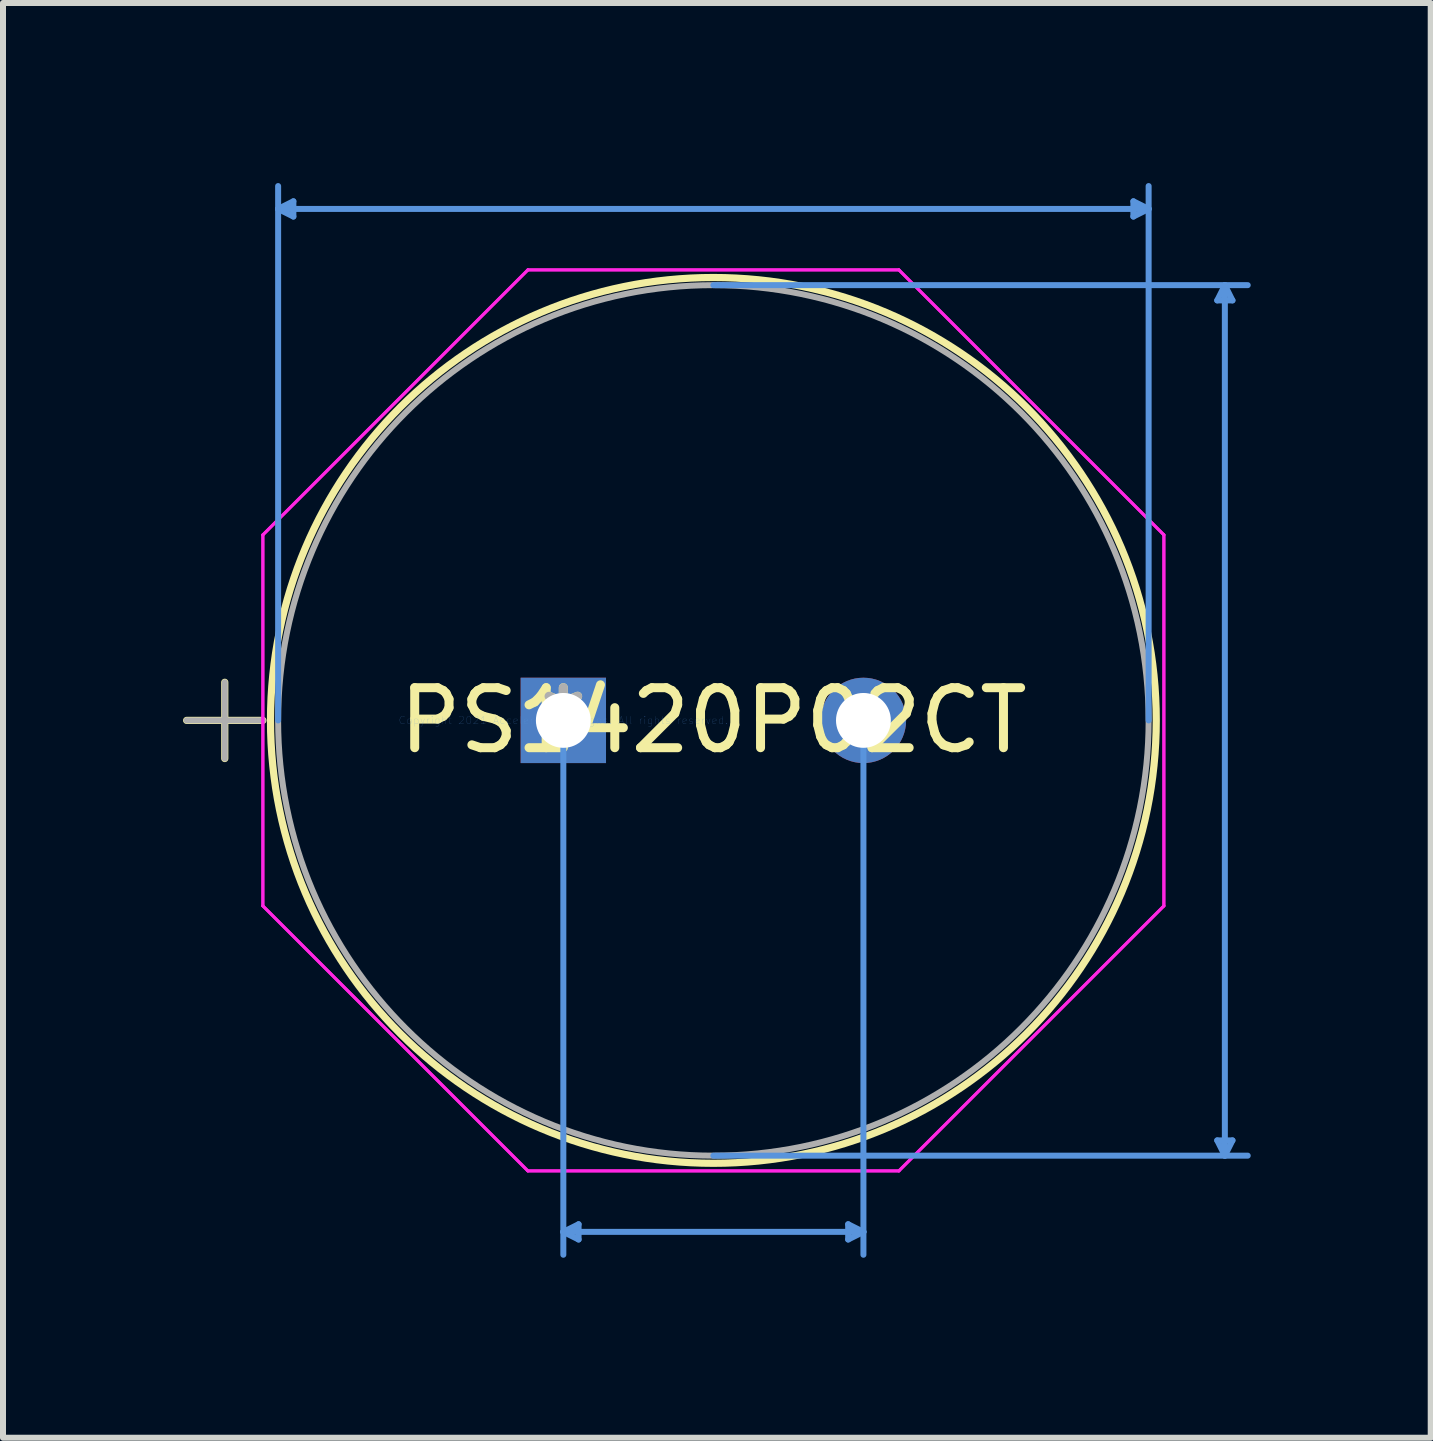
<source format=kicad_pcb>
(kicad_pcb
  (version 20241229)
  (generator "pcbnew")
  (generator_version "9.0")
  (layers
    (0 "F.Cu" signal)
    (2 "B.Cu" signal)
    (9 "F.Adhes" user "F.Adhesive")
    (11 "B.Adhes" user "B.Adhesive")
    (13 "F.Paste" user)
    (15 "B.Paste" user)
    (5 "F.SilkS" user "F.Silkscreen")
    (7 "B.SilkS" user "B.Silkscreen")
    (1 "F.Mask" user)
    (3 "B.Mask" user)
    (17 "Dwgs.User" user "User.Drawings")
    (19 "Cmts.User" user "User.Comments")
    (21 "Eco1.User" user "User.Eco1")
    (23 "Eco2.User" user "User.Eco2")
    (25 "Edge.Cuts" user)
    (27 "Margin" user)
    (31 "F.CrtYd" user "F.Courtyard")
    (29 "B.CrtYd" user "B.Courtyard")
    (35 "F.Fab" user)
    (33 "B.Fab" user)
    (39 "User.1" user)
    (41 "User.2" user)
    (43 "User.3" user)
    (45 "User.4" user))
  (footprint "PS1420P02CT"
    (layer "F.Cu")
    (at 6.336 8.953)
    (property "Reference" "PS1420P02CT" (at 2.5 0 0) (layer "F.SilkS") (effects (font (size 1 1) (thickness 0.15))))
    (attr through_hole)
    (fp_line (start -6.276 0) (end -5.006 0) (stroke (width 0.12) (type solid)) (layer "F.SilkS"))
    (fp_line (start -5.641 -0.635) (end -5.641 0.635) (stroke (width 0.12) (type solid)) (layer "F.SilkS"))
    (fp_circle (center 2.5 0) (end 9.879 0) (stroke (width 0.12) (type solid)) (fill no) (layer "F.SilkS"))
    (fp_line (start -4.752 -8.522) (end -4.498 -8.649) (stroke (width 0.1) (type solid)) (layer "Cmts.User"))
    (fp_line (start -4.752 -8.522) (end -4.498 -8.395) (stroke (width 0.1) (type solid)) (layer "Cmts.User"))
    (fp_line (start -4.752 -8.522) (end 9.752 -8.522) (stroke (width 0.1) (type solid)) (layer "Cmts.User"))
    (fp_line (start -4.752 0) (end -4.752 -8.903) (stroke (width 0.1) (type solid)) (layer "Cmts.User"))
    (fp_line (start -4.498 -8.649) (end -4.498 -8.395) (stroke (width 0.1) (type solid)) (layer "Cmts.User"))
    (fp_line (start 0 0) (end 0 8.903) (stroke (width 0.1) (type solid)) (layer "Cmts.User"))
    (fp_line (start 0 8.522) (end 0.254 8.395) (stroke (width 0.1) (type solid)) (layer "Cmts.User"))
    (fp_line (start 0 8.522) (end 0.254 8.649) (stroke (width 0.1) (type solid)) (layer "Cmts.User"))
    (fp_line (start 0 8.522) (end 5 8.522) (stroke (width 0.1) (type solid)) (layer "Cmts.User"))
    (fp_line (start 0.254 8.395) (end 0.254 8.649) (stroke (width 0.1) (type solid)) (layer "Cmts.User"))
    (fp_line (start 2.5 -7.252) (end 11.403 -7.252) (stroke (width 0.1) (type solid)) (layer "Cmts.User"))
    (fp_line (start 2.5 7.252) (end 11.403 7.252) (stroke (width 0.1) (type solid)) (layer "Cmts.User"))
    (fp_line (start 4.746 8.395) (end 4.746 8.649) (stroke (width 0.1) (type solid)) (layer "Cmts.User"))
    (fp_line (start 5 0) (end 5 8.903) (stroke (width 0.1) (type solid)) (layer "Cmts.User"))
    (fp_line (start 5 8.522) (end 4.746 8.395) (stroke (width 0.1) (type solid)) (layer "Cmts.User"))
    (fp_line (start 5 8.522) (end 4.746 8.649) (stroke (width 0.1) (type solid)) (layer "Cmts.User"))
    (fp_line (start 9.498 -8.649) (end 9.498 -8.395) (stroke (width 0.1) (type solid)) (layer "Cmts.User"))
    (fp_line (start 9.752 -8.522) (end 9.498 -8.649) (stroke (width 0.1) (type solid)) (layer "Cmts.User"))
    (fp_line (start 9.752 -8.522) (end 9.498 -8.395) (stroke (width 0.1) (type solid)) (layer "Cmts.User"))
    (fp_line (start 9.752 0) (end 9.752 -8.903) (stroke (width 0.1) (type solid)) (layer "Cmts.User"))
    (fp_line (start 10.895 -6.998) (end 11.149 -6.998) (stroke (width 0.1) (type solid)) (layer "Cmts.User"))
    (fp_line (start 10.895 6.998) (end 11.149 6.998) (stroke (width 0.1) (type solid)) (layer "Cmts.User"))
    (fp_line (start 11.022 -7.252) (end 10.895 -6.998) (stroke (width 0.1) (type solid)) (layer "Cmts.User"))
    (fp_line (start 11.022 -7.252) (end 11.022 7.252) (stroke (width 0.1) (type solid)) (layer "Cmts.User"))
    (fp_line (start 11.022 -7.252) (end 11.149 -6.998) (stroke (width 0.1) (type solid)) (layer "Cmts.User"))
    (fp_line (start 11.022 7.252) (end 10.895 6.998) (stroke (width 0.1) (type solid)) (layer "Cmts.User"))
    (fp_line (start 11.022 7.252) (end 11.149 6.998) (stroke (width 0.1) (type solid)) (layer "Cmts.User"))
    (fp_line (start -5.006 -3.091) (end -0.591 -7.506) (stroke (width 0.05) (type solid)) (layer "F.CrtYd"))
    (fp_line (start -5.006 -3.091) (end -0.591 -7.506) (stroke (width 0.05) (type solid)) (layer "F.CrtYd"))
    (fp_line (start -5.006 3.091) (end -5.006 -3.091) (stroke (width 0.05) (type solid)) (layer "F.CrtYd"))
    (fp_line (start -5.006 3.091) (end -5.006 -3.091) (stroke (width 0.05) (type solid)) (layer "F.CrtYd"))
    (fp_line (start -0.591 -7.506) (end 5.591 -7.506) (stroke (width 0.05) (type solid)) (layer "F.CrtYd"))
    (fp_line (start -0.591 -7.506) (end 5.591 -7.506) (stroke (width 0.05) (type solid)) (layer "F.CrtYd"))
    (fp_line (start -0.591 7.506) (end -5.006 3.091) (stroke (width 0.05) (type solid)) (layer "F.CrtYd"))
    (fp_line (start -0.591 7.506) (end -5.006 3.091) (stroke (width 0.05) (type solid)) (layer "F.CrtYd"))
    (fp_line (start 5.591 -7.506) (end 10.006 -3.091) (stroke (width 0.05) (type solid)) (layer "F.CrtYd"))
    (fp_line (start 5.591 -7.506) (end 10.006 -3.091) (stroke (width 0.05) (type solid)) (layer "F.CrtYd"))
    (fp_line (start 5.591 7.506) (end -0.591 7.506) (stroke (width 0.05) (type solid)) (layer "F.CrtYd"))
    (fp_line (start 5.591 7.506) (end -0.591 7.506) (stroke (width 0.05) (type solid)) (layer "F.CrtYd"))
    (fp_line (start 10.006 -3.091) (end 10.006 3.091) (stroke (width 0.05) (type solid)) (layer "F.CrtYd"))
    (fp_line (start 10.006 -3.091) (end 10.006 3.091) (stroke (width 0.05) (type solid)) (layer "F.CrtYd"))
    (fp_line (start 10.006 3.091) (end 5.591 7.506) (stroke (width 0.05) (type solid)) (layer "F.CrtYd"))
    (fp_line (start 10.006 3.091) (end 5.591 7.506) (stroke (width 0.05) (type solid)) (layer "F.CrtYd"))
    (fp_line (start -6.276 0) (end -5.006 0) (stroke (width 0.1) (type solid)) (layer "F.Fab"))
    (fp_line (start -5.641 -0.635) (end -5.641 0.635) (stroke (width 0.1) (type solid)) (layer "F.Fab"))
    (fp_circle (center 2.5 0) (end 9.752 0) (stroke (width 0.1) (type solid)) (fill no) (layer "F.Fab"))
    (fp_text user "*" (at 0 0 0) (layer "F.SilkS") (effects (font (size 1 1) (thickness 0.15))))
    (fp_text user "Copyright 2021 Accelerated Designs. All rights reserved." (at 0 0 0) (layer "Cmts.User") (effects (font (size 0.127 0.127) (thickness 0.002))))
    (fp_text user "*" (at 0 0 0) (layer "F.Fab") (effects (font (size 1 1) (thickness 0.15))))
    (pad "1" thru_hole rect (at 0 0) (size 1.422 1.422) (drill 0.914) (layers "*.Cu" "*.Mask"))
    (pad "2" thru_hole circle (at 5 0) (size 1.422 1.422) (drill 0.914) (layers "*.Cu" "*.Mask")))
  (gr_rect
    (start -3 -3)
    (end 20.788 20.905)
    (stroke (width 0.1) (type default))
    (fill no)
    (layer "Edge.Cuts")))
</source>
